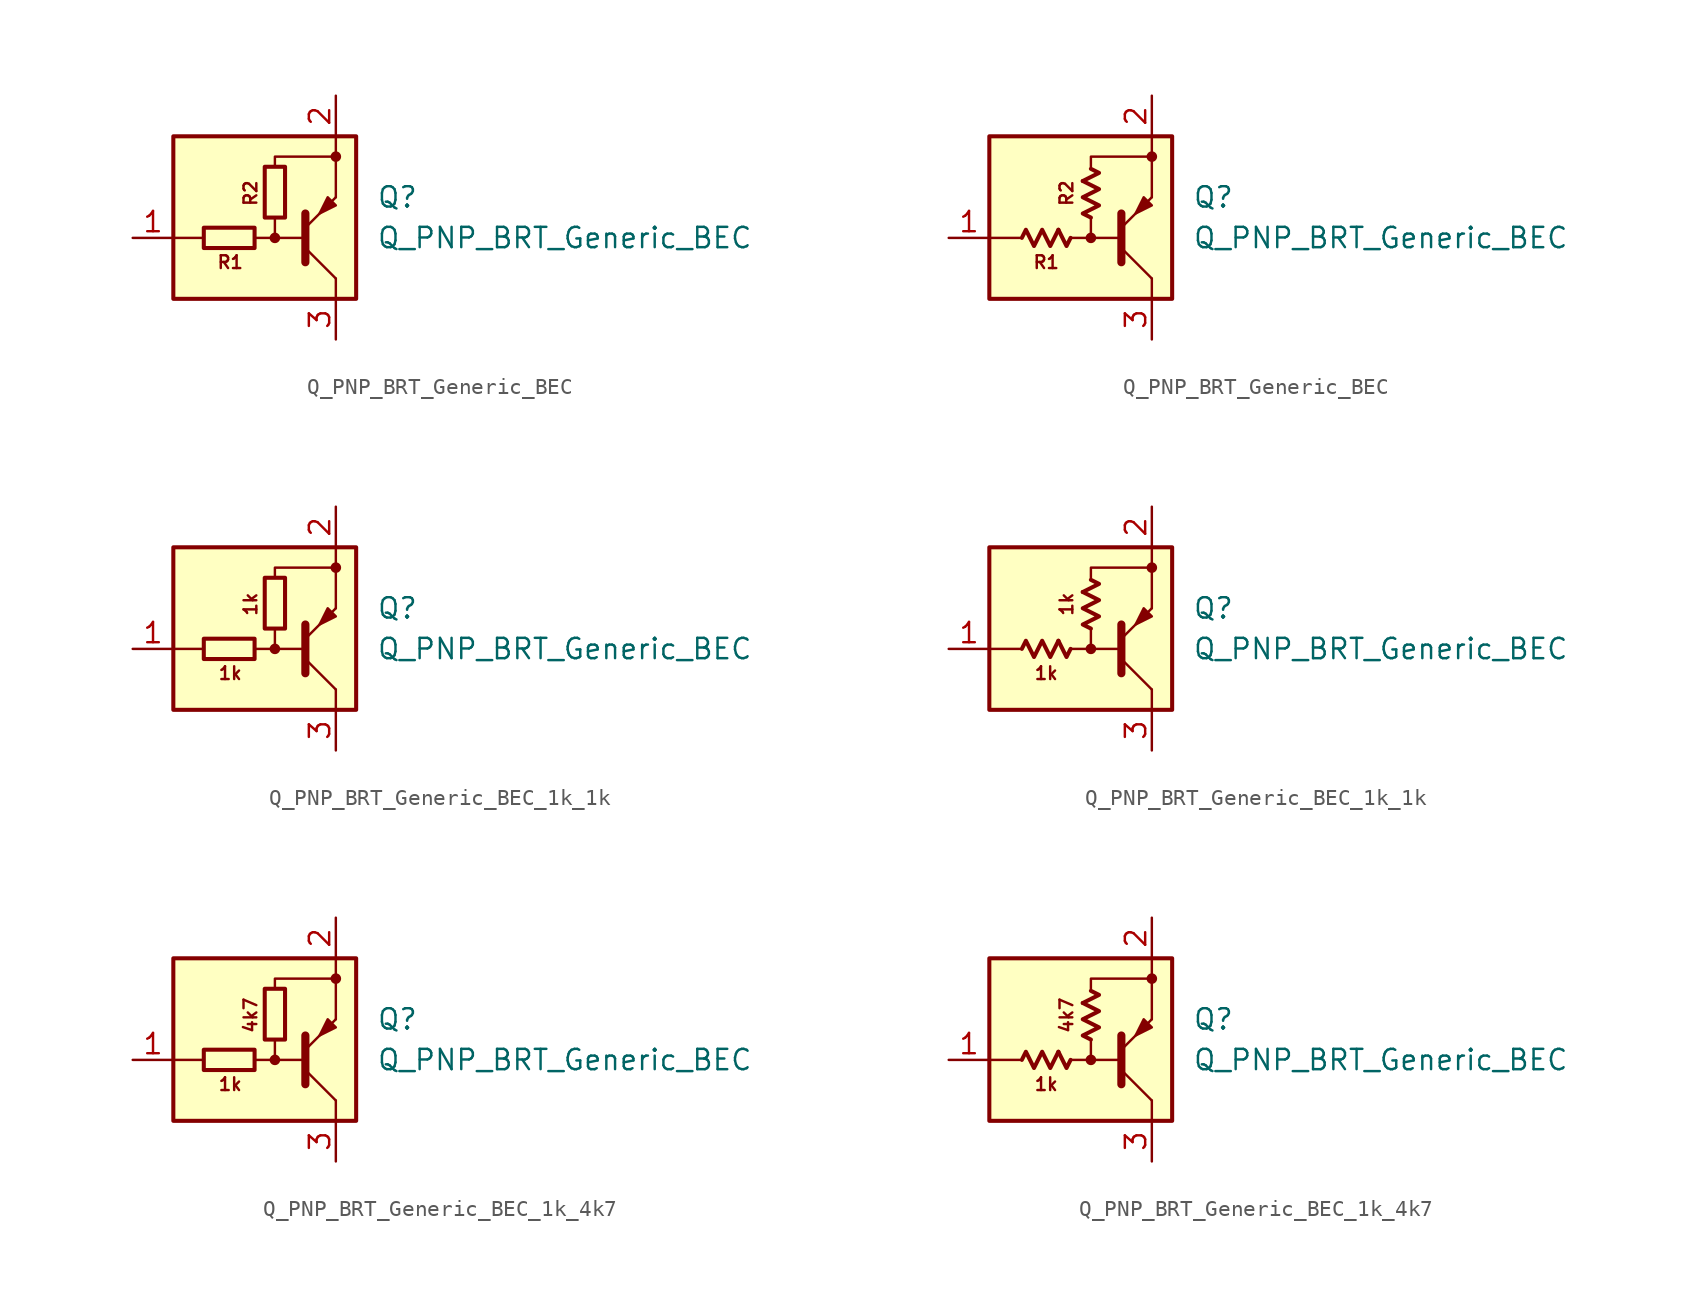
<source format=kicad_sym>
(kicad_symbol_lib
  (version 20220914)
  (generator kicad_symbol_editor)
  (symbol "Q_PNP_BRT_Generic_BEC"
    (pin_names hide)
    (property "Reference" "Q"
      (at 6.35 1.27 0)
      (effects (font (size 1.27 1.27)) (justify left)))
    (property "Value" "Q_PNP_BRT_Generic_BEC"
      (at 6.35 -1.27 0)
      (effects (font (size 1.27 1.27)) (justify left)))
    (symbol "Q_PNP_BRT_Generic_BEC_0_2"
      (polyline (pts (xy -2.032 -0.762) (xy -1.524 -1.778) (xy -1.27 -1.27)) (stroke (width 0.254) (type default)) (fill (type none)))
      (polyline (pts (xy -0.508 2.286) (xy 0.508 2.794) (xy 0 3.048)) (stroke (width 0.254) (type default)) (fill (type none)))
      (polyline (pts (xy -4.318 -1.27) (xy -4.064 -0.762) (xy -3.556 -1.778) (xy -3.048 -0.762) (xy -2.54 -1.778) (xy -2.032 -0.762)) (stroke (width 0.254) (type default)) (fill (type none)))
      (polyline (pts (xy 0 0) (xy -0.508 0.254) (xy 0.508 0.762) (xy -0.508 1.27) (xy 0.508 1.778) (xy -0.508 2.286)) (stroke (width 0.254) (type default)) (fill (type none))))
    (symbol "Q_PNP_BRT_Generic_BEC_1_0"
      (rectangle (start -6.35 5.08) (end 5.08 -5.08) (stroke (width 0.254) (type default)) (fill (type background)))
      (circle (center 0 -1.27) (radius 0.254) (stroke (width 0) (type default)) (fill (type outline)))
      (polyline (pts (xy -4.445 -1.27) (xy -6.35 -1.27)) (stroke (width 0) (type default)) (fill (type none)))
      (polyline (pts (xy -0.254 -1.27) (xy 1.905 -1.27)) (stroke (width 0) (type default)) (fill (type none)))
      (polyline (pts (xy 1.905 -2.794) (xy 1.905 0.254)) (stroke (width 0.508) (type default)) (fill (type none)))
      (polyline (pts (xy 1.905 -1.905) (xy 3.81 -3.81)) (stroke (width 0) (type default)) (fill (type none)))
      (polyline (pts (xy 3.81 -3.81) (xy 3.81 -5.08)) (stroke (width 0) (type default)) (fill (type none)))
      (polyline (pts (xy 3.81 3.81) (xy 3.81 1.27)) (stroke (width 0) (type default)) (fill (type none)))
      (polyline (pts (xy 3.81 3.81) (xy 3.81 5.08)) (stroke (width 0) (type default)) (fill (type none)))
      (polyline (pts (xy -1.27 -1.27) (xy 0 -1.27) (xy 0 0)) (stroke (width 0) (type default)) (fill (type none)))
      (polyline (pts (xy 0 3.175) (xy 0 3.81) (xy 3.81 3.81)) (stroke (width 0) (type default)) (fill (type none)))
      (polyline (pts (xy 1.905 -0.635) (xy 3.81 1.27) (xy 3.81 1.27)) (stroke (width 0) (type default)) (fill (type none)))
      (polyline (pts (xy 3.81 0.762) (xy 3.302 1.27) (xy 2.794 0.254) (xy 3.81 0.762) (xy 3.81 0.762)) (stroke (width 0) (type default)) (fill (type outline)))
      (circle (center 3.81 3.81) (radius 0.254) (stroke (width 0) (type default)) (fill (type outline)))
      (text "R1" (at -2.794 -2.794 0) (effects (font (size 0.8 0.8))))
      (text "R2" (at -1.524 1.524 900) (effects (font (size 0.8 0.8)))))
    (symbol "Q_PNP_BRT_Generic_BEC_1_1"
      (rectangle (start -1.27 -0.635) (end -4.445 -1.905) (stroke (width 0.254) (type default)) (fill (type none)))
      (rectangle (start 0.635 3.175) (end -0.635 0) (stroke (width 0.254) (type default)) (fill (type none)))
      (pin input line (at -8.89 -1.27 0) (length 2.54) (name "B" (effects (font (size 1.27 1.27)))) (number "1" (effects (font (size 1.27 1.27)))))
      (pin passive line (at 3.81 7.62 270) (length 2.54) (name "E" (effects (font (size 1.27 1.27)))) (number "2" (effects (font (size 1.27 1.27)))))
      (pin passive line (at 3.81 -7.62 90) (length 2.54) (name "C" (effects (font (size 1.27 1.27)))) (number "3" (effects (font (size 1.27 1.27))))))
    (symbol "Q_PNP_BRT_Generic_BEC_1_2"
      (pin input line (at -8.89 -1.27 0) (length 2.54) (name "B" (effects (font (size 1.27 1.27)))) (number "1" (effects (font (size 1.27 1.27)))))
      (pin passive line (at 3.81 7.62 270) (length 2.54) (name "E" (effects (font (size 1.27 1.27)))) (number "2" (effects (font (size 1.27 1.27)))))
      (pin passive line (at 3.81 -7.62 90) (length 2.54) (name "C" (effects (font (size 1.27 1.27)))) (number "3" (effects (font (size 1.27 1.27)))))))
  (symbol "Q_PNP_BRT_Generic_BEC_1k_1k"
    (pin_names hide)
    (property "Reference" "Q"
      (at 6.35 1.27 0)
      (effects (font (size 1.27 1.27)) (justify left)))
    (property "Value" "Q_PNP_BRT_Generic_BEC"
      (at 6.35 -1.27 0)
      (effects (font (size 1.27 1.27)) (justify left)))
    (symbol "Q_PNP_BRT_Generic_BEC_1k_1k_0_2"
      (polyline (pts (xy -2.032 -0.762) (xy -1.524 -1.778) (xy -1.27 -1.27)) (stroke (width 0.254) (type default)) (fill (type none)))
      (polyline (pts (xy -0.508 2.286) (xy 0.508 2.794) (xy 0 3.048)) (stroke (width 0.254) (type default)) (fill (type none)))
      (polyline (pts (xy -4.318 -1.27) (xy -4.064 -0.762) (xy -3.556 -1.778) (xy -3.048 -0.762) (xy -2.54 -1.778) (xy -2.032 -0.762)) (stroke (width 0.254) (type default)) (fill (type none)))
      (polyline (pts (xy 0 0) (xy -0.508 0.254) (xy 0.508 0.762) (xy -0.508 1.27) (xy 0.508 1.778) (xy -0.508 2.286)) (stroke (width 0.254) (type default)) (fill (type none))))
    (symbol "Q_PNP_BRT_Generic_BEC_1k_1k_1_0"
      (rectangle (start -6.35 5.08) (end 5.08 -5.08) (stroke (width 0.254) (type default)) (fill (type background)))
      (circle (center 0 -1.27) (radius 0.254) (stroke (width 0) (type default)) (fill (type outline)))
      (polyline (pts (xy -4.445 -1.27) (xy -6.35 -1.27)) (stroke (width 0) (type default)) (fill (type none)))
      (polyline (pts (xy -0.254 -1.27) (xy 1.905 -1.27)) (stroke (width 0) (type default)) (fill (type none)))
      (polyline (pts (xy 1.905 -2.794) (xy 1.905 0.254)) (stroke (width 0.508) (type default)) (fill (type none)))
      (polyline (pts (xy 1.905 -1.905) (xy 3.81 -3.81)) (stroke (width 0) (type default)) (fill (type none)))
      (polyline (pts (xy 3.81 -3.81) (xy 3.81 -5.08)) (stroke (width 0) (type default)) (fill (type none)))
      (polyline (pts (xy 3.81 3.81) (xy 3.81 1.27)) (stroke (width 0) (type default)) (fill (type none)))
      (polyline (pts (xy 3.81 3.81) (xy 3.81 5.08)) (stroke (width 0) (type default)) (fill (type none)))
      (polyline (pts (xy -1.27 -1.27) (xy 0 -1.27) (xy 0 0)) (stroke (width 0) (type default)) (fill (type none)))
      (polyline (pts (xy 0 3.175) (xy 0 3.81) (xy 3.81 3.81)) (stroke (width 0) (type default)) (fill (type none)))
      (polyline (pts (xy 1.905 -0.635) (xy 3.81 1.27) (xy 3.81 1.27)) (stroke (width 0) (type default)) (fill (type none)))
      (polyline (pts (xy 3.81 0.762) (xy 3.302 1.27) (xy 2.794 0.254) (xy 3.81 0.762) (xy 3.81 0.762)) (stroke (width 0) (type default)) (fill (type outline)))
      (circle (center 3.81 3.81) (radius 0.254) (stroke (width 0) (type default)) (fill (type outline)))
      (text "1k" (at -2.794 -2.794 0) (effects (font (size 0.8 0.8))))
      (text "1k" (at -1.524 1.524 900) (effects (font (size 0.8 0.8)))))
    (symbol "Q_PNP_BRT_Generic_BEC_1k_1k_1_1"
      (rectangle (start -1.27 -0.635) (end -4.445 -1.905) (stroke (width 0.254) (type default)) (fill (type none)))
      (rectangle (start 0.635 3.175) (end -0.635 0) (stroke (width 0.254) (type default)) (fill (type none)))
      (pin input line (at -8.89 -1.27 0) (length 2.54) (name "B" (effects (font (size 1.27 1.27)))) (number "1" (effects (font (size 1.27 1.27)))))
      (pin passive line (at 3.81 7.62 270) (length 2.54) (name "E" (effects (font (size 1.27 1.27)))) (number "2" (effects (font (size 1.27 1.27)))))
      (pin passive line (at 3.81 -7.62 90) (length 2.54) (name "C" (effects (font (size 1.27 1.27)))) (number "3" (effects (font (size 1.27 1.27))))))
    (symbol "Q_PNP_BRT_Generic_BEC_1k_1k_1_2"
      (pin input line (at -8.89 -1.27 0) (length 2.54) (name "B" (effects (font (size 1.27 1.27)))) (number "1" (effects (font (size 1.27 1.27)))))
      (pin passive line (at 3.81 7.62 270) (length 2.54) (name "E" (effects (font (size 1.27 1.27)))) (number "2" (effects (font (size 1.27 1.27)))))
      (pin passive line (at 3.81 -7.62 90) (length 2.54) (name "C" (effects (font (size 1.27 1.27)))) (number "3" (effects (font (size 1.27 1.27)))))))
  (symbol "Q_PNP_BRT_Generic_BEC_1k_4k7"
    (pin_names hide)
    (property "Reference" "Q"
      (at 6.35 1.27 0)
      (effects (font (size 1.27 1.27)) (justify left)))
    (property "Value" "Q_PNP_BRT_Generic_BEC"
      (at 6.35 -1.27 0)
      (effects (font (size 1.27 1.27)) (justify left)))
    (symbol "Q_PNP_BRT_Generic_BEC_1k_4k7_0_2"
      (polyline (pts (xy -2.032 -0.762) (xy -1.524 -1.778) (xy -1.27 -1.27)) (stroke (width 0.254) (type default)) (fill (type none)))
      (polyline (pts (xy -0.508 2.286) (xy 0.508 2.794) (xy 0 3.048)) (stroke (width 0.254) (type default)) (fill (type none)))
      (polyline (pts (xy -4.318 -1.27) (xy -4.064 -0.762) (xy -3.556 -1.778) (xy -3.048 -0.762) (xy -2.54 -1.778) (xy -2.032 -0.762)) (stroke (width 0.254) (type default)) (fill (type none)))
      (polyline (pts (xy 0 0) (xy -0.508 0.254) (xy 0.508 0.762) (xy -0.508 1.27) (xy 0.508 1.778) (xy -0.508 2.286)) (stroke (width 0.254) (type default)) (fill (type none))))
    (symbol "Q_PNP_BRT_Generic_BEC_1k_4k7_1_0"
      (rectangle (start -6.35 5.08) (end 5.08 -5.08) (stroke (width 0.254) (type default)) (fill (type background)))
      (circle (center 0 -1.27) (radius 0.254) (stroke (width 0) (type default)) (fill (type outline)))
      (polyline (pts (xy -4.445 -1.27) (xy -6.35 -1.27)) (stroke (width 0) (type default)) (fill (type none)))
      (polyline (pts (xy -0.254 -1.27) (xy 1.905 -1.27)) (stroke (width 0) (type default)) (fill (type none)))
      (polyline (pts (xy 1.905 -2.794) (xy 1.905 0.254)) (stroke (width 0.508) (type default)) (fill (type none)))
      (polyline (pts (xy 1.905 -1.905) (xy 3.81 -3.81)) (stroke (width 0) (type default)) (fill (type none)))
      (polyline (pts (xy 3.81 -3.81) (xy 3.81 -5.08)) (stroke (width 0) (type default)) (fill (type none)))
      (polyline (pts (xy 3.81 3.81) (xy 3.81 1.27)) (stroke (width 0) (type default)) (fill (type none)))
      (polyline (pts (xy 3.81 3.81) (xy 3.81 5.08)) (stroke (width 0) (type default)) (fill (type none)))
      (polyline (pts (xy -1.27 -1.27) (xy 0 -1.27) (xy 0 0)) (stroke (width 0) (type default)) (fill (type none)))
      (polyline (pts (xy 0 3.175) (xy 0 3.81) (xy 3.81 3.81)) (stroke (width 0) (type default)) (fill (type none)))
      (polyline (pts (xy 1.905 -0.635) (xy 3.81 1.27) (xy 3.81 1.27)) (stroke (width 0) (type default)) (fill (type none)))
      (polyline (pts (xy 3.81 0.762) (xy 3.302 1.27) (xy 2.794 0.254) (xy 3.81 0.762) (xy 3.81 0.762)) (stroke (width 0) (type default)) (fill (type outline)))
      (circle (center 3.81 3.81) (radius 0.254) (stroke (width 0) (type default)) (fill (type outline)))
      (text "1k" (at -2.794 -2.794 0) (effects (font (size 0.8 0.8))))
      (text "4k7" (at -1.524 1.524 900) (effects (font (size 0.8 0.8)))))
    (symbol "Q_PNP_BRT_Generic_BEC_1k_4k7_1_1"
      (rectangle (start -1.27 -0.635) (end -4.445 -1.905) (stroke (width 0.254) (type default)) (fill (type none)))
      (rectangle (start 0.635 3.175) (end -0.635 0) (stroke (width 0.254) (type default)) (fill (type none)))
      (pin input line (at -8.89 -1.27 0) (length 2.54) (name "B" (effects (font (size 1.27 1.27)))) (number "1" (effects (font (size 1.27 1.27)))))
      (pin passive line (at 3.81 7.62 270) (length 2.54) (name "E" (effects (font (size 1.27 1.27)))) (number "2" (effects (font (size 1.27 1.27)))))
      (pin passive line (at 3.81 -7.62 90) (length 2.54) (name "C" (effects (font (size 1.27 1.27)))) (number "3" (effects (font (size 1.27 1.27))))))
    (symbol "Q_PNP_BRT_Generic_BEC_1k_4k7_1_2"
      (pin input line (at -8.89 -1.27 0) (length 2.54) (name "B" (effects (font (size 1.27 1.27)))) (number "1" (effects (font (size 1.27 1.27)))))
      (pin passive line (at 3.81 7.62 270) (length 2.54) (name "E" (effects (font (size 1.27 1.27)))) (number "2" (effects (font (size 1.27 1.27)))))
      (pin passive line (at 3.81 -7.62 90) (length 2.54) (name "C" (effects (font (size 1.27 1.27)))) (number "3" (effects (font (size 1.27 1.27))))))))
</source>
